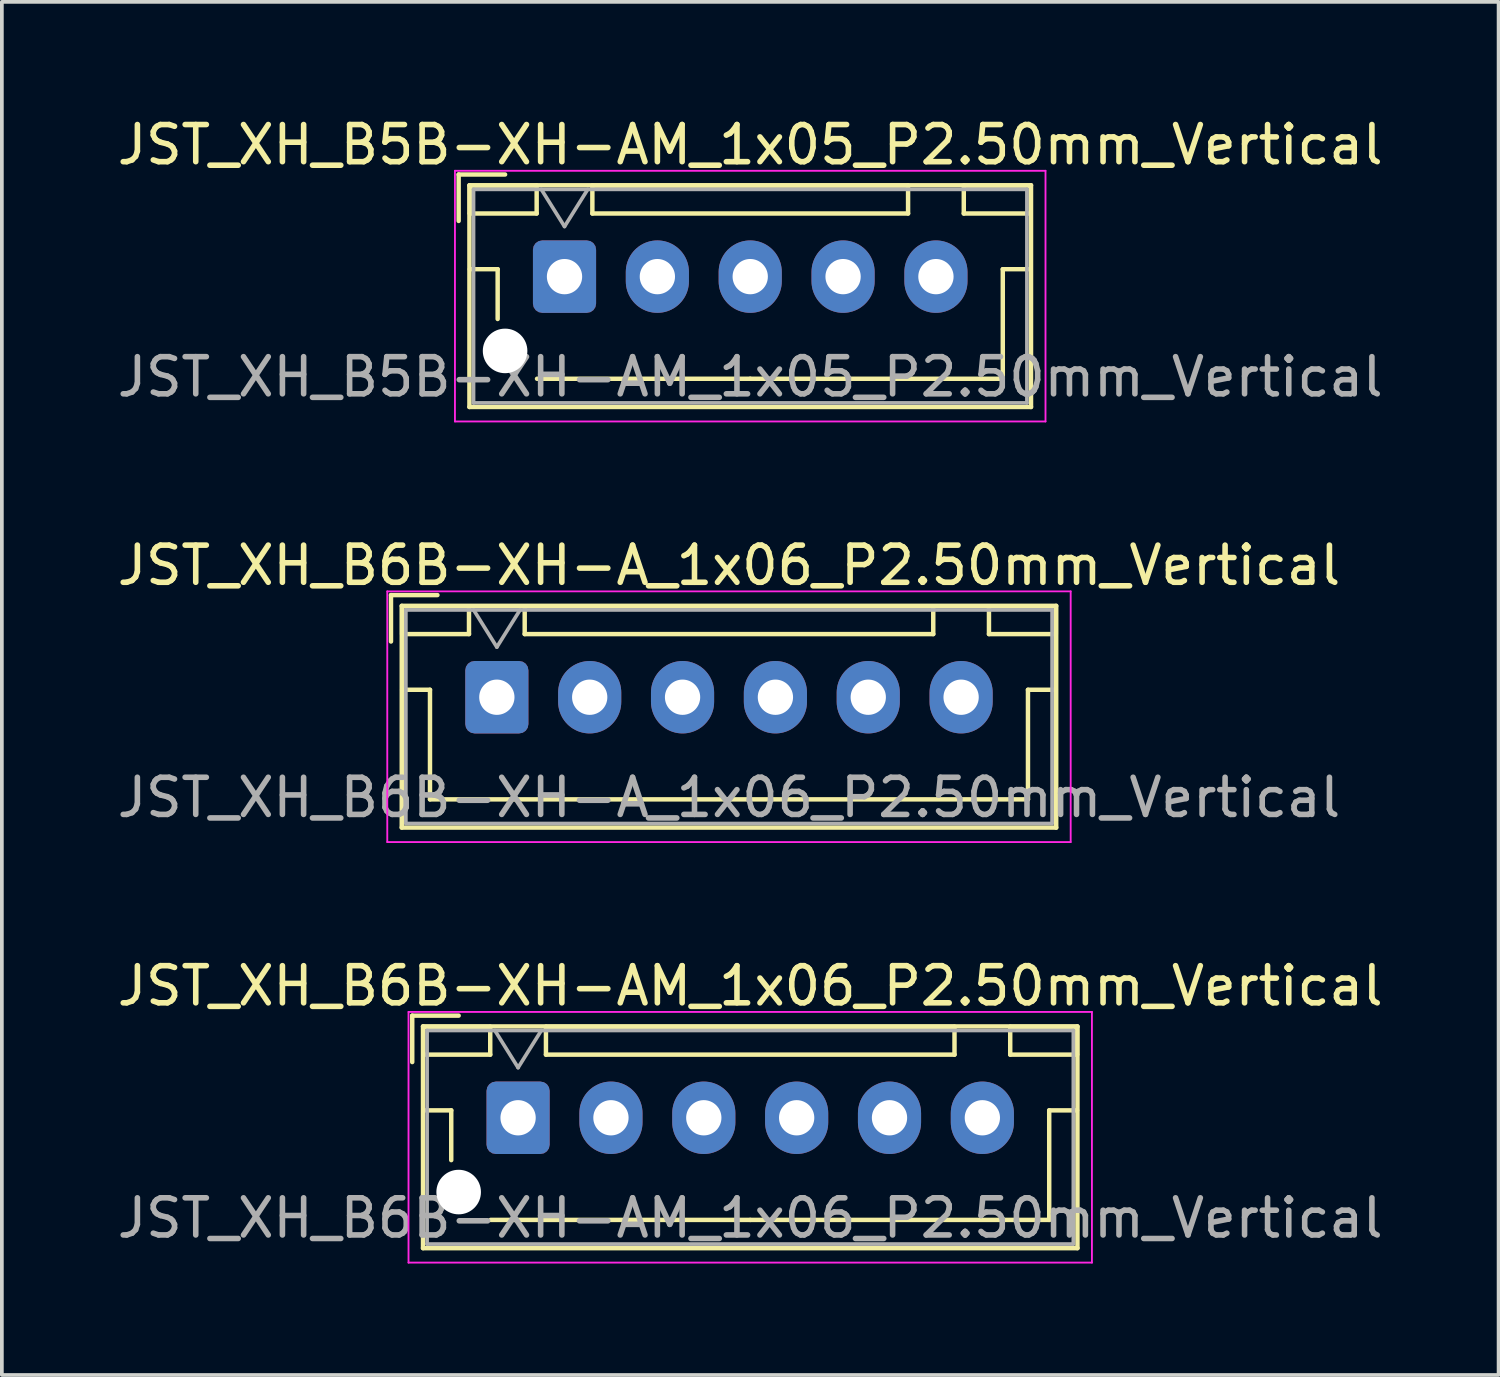
<source format=kicad_pcb>
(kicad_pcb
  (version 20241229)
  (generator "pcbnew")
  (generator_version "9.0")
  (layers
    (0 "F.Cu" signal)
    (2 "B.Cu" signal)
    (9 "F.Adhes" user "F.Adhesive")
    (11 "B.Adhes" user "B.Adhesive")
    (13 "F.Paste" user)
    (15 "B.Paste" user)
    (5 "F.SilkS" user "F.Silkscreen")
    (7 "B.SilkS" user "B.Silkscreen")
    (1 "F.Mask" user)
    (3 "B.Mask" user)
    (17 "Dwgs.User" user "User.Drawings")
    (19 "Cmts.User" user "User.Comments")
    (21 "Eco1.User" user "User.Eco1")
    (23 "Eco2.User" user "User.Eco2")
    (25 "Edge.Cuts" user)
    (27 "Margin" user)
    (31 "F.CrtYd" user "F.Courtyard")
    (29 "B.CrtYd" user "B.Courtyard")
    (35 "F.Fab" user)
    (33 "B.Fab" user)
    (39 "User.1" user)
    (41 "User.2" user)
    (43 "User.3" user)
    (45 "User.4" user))
  (footprint "JST_XH_B5B-XH-AM_1x05_P2.50mm_Vertical"
    (layer "F.Cu")
    (at 12.149 4.398)
    (property "Reference" "JST_XH_B5B-XH-AM_1x05_P2.50mm_Vertical" (at 5 -3.55 0) (layer "F.SilkS") (effects (font (size 1 1) (thickness 0.15))))
    (attr through_hole)
    (fp_line (start -2.85 -2.75) (end -2.85 -1.5) (stroke (width 0.12) (type solid)) (layer "F.SilkS"))
    (fp_line (start -2.56 -2.46) (end -2.56 3.51) (stroke (width 0.12) (type solid)) (layer "F.SilkS"))
    (fp_line (start -2.56 3.51) (end 12.56 3.51) (stroke (width 0.12) (type solid)) (layer "F.SilkS"))
    (fp_line (start -2.55 -2.45) (end -2.55 -1.7) (stroke (width 0.12) (type solid)) (layer "F.SilkS"))
    (fp_line (start -2.55 -1.7) (end -0.75 -1.7) (stroke (width 0.12) (type solid)) (layer "F.SilkS"))
    (fp_line (start -2.55 -0.2) (end -1.8 -0.2) (stroke (width 0.12) (type solid)) (layer "F.SilkS"))
    (fp_line (start -1.8 -0.2) (end -1.8 1.14) (stroke (width 0.12) (type solid)) (layer "F.SilkS"))
    (fp_line (start -1.6 -2.75) (end -2.85 -2.75) (stroke (width 0.12) (type solid)) (layer "F.SilkS"))
    (fp_line (start -0.75 -2.45) (end -2.55 -2.45) (stroke (width 0.12) (type solid)) (layer "F.SilkS"))
    (fp_line (start -0.75 -1.7) (end -0.75 -2.45) (stroke (width 0.12) (type solid)) (layer "F.SilkS"))
    (fp_line (start 0.75 -2.45) (end 0.75 -1.7) (stroke (width 0.12) (type solid)) (layer "F.SilkS"))
    (fp_line (start 0.75 -1.7) (end 9.25 -1.7) (stroke (width 0.12) (type solid)) (layer "F.SilkS"))
    (fp_line (start 5 2.75) (end -0.74 2.75) (stroke (width 0.12) (type solid)) (layer "F.SilkS"))
    (fp_line (start 9.25 -2.45) (end 0.75 -2.45) (stroke (width 0.12) (type solid)) (layer "F.SilkS"))
    (fp_line (start 9.25 -1.7) (end 9.25 -2.45) (stroke (width 0.12) (type solid)) (layer "F.SilkS"))
    (fp_line (start 10.75 -2.45) (end 10.75 -1.7) (stroke (width 0.12) (type solid)) (layer "F.SilkS"))
    (fp_line (start 10.75 -1.7) (end 12.55 -1.7) (stroke (width 0.12) (type solid)) (layer "F.SilkS"))
    (fp_line (start 11.8 -0.2) (end 11.8 2.75) (stroke (width 0.12) (type solid)) (layer "F.SilkS"))
    (fp_line (start 11.8 2.75) (end 5 2.75) (stroke (width 0.12) (type solid)) (layer "F.SilkS"))
    (fp_line (start 12.55 -2.45) (end 10.75 -2.45) (stroke (width 0.12) (type solid)) (layer "F.SilkS"))
    (fp_line (start 12.55 -1.7) (end 12.55 -2.45) (stroke (width 0.12) (type solid)) (layer "F.SilkS"))
    (fp_line (start 12.55 -0.2) (end 11.8 -0.2) (stroke (width 0.12) (type solid)) (layer "F.SilkS"))
    (fp_line (start 12.56 -2.46) (end -2.56 -2.46) (stroke (width 0.12) (type solid)) (layer "F.SilkS"))
    (fp_line (start 12.56 3.51) (end 12.56 -2.46) (stroke (width 0.12) (type solid)) (layer "F.SilkS"))
    (fp_line (start -2.95 -2.85) (end -2.95 3.9) (stroke (width 0.05) (type solid)) (layer "F.CrtYd"))
    (fp_line (start -2.95 3.9) (end 12.95 3.9) (stroke (width 0.05) (type solid)) (layer "F.CrtYd"))
    (fp_line (start 12.95 -2.85) (end -2.95 -2.85) (stroke (width 0.05) (type solid)) (layer "F.CrtYd"))
    (fp_line (start 12.95 3.9) (end 12.95 -2.85) (stroke (width 0.05) (type solid)) (layer "F.CrtYd"))
    (fp_line (start -2.45 -2.35) (end -2.45 3.4) (stroke (width 0.1) (type solid)) (layer "F.Fab"))
    (fp_line (start -2.45 3.4) (end 12.45 3.4) (stroke (width 0.1) (type solid)) (layer "F.Fab"))
    (fp_line (start -0.625 -2.35) (end 0 -1.35) (stroke (width 0.1) (type solid)) (layer "F.Fab"))
    (fp_line (start 0 -1.35) (end 0.625 -2.35) (stroke (width 0.1) (type solid)) (layer "F.Fab"))
    (fp_line (start 12.45 -2.35) (end -2.45 -2.35) (stroke (width 0.1) (type solid)) (layer "F.Fab"))
    (fp_line (start 12.45 3.4) (end 12.45 -2.35) (stroke (width 0.1) (type solid)) (layer "F.Fab"))
    (fp_text user "${REFERENCE}" (at 5 2.7 0) (layer "F.Fab") (effects (font (size 1 1) (thickness 0.15))))
    (pad "" np_thru_hole circle (at -1.6 2) (size 1.2 1.2) (drill 1.2) (layers "*.Cu" "*.Mask"))
    (pad "1" thru_hole roundrect (at 0 0) (size 1.7 1.95) (drill 0.95) (layers "*.Cu" "*.Mask") (roundrect_rratio 0.147))
    (pad "2" thru_hole oval (at 2.5 0) (size 1.7 1.95) (drill 0.95) (layers "*.Cu" "*.Mask"))
    (pad "3" thru_hole oval (at 5 0) (size 1.7 1.95) (drill 0.95) (layers "*.Cu" "*.Mask"))
    (pad "4" thru_hole oval (at 7.5 0) (size 1.7 1.95) (drill 0.95) (layers "*.Cu" "*.Mask"))
    (pad "5" thru_hole oval (at 10 0) (size 1.7 1.95) (drill 0.95) (layers "*.Cu" "*.Mask")))
  (footprint "JST_XH_B6B-XH-A_1x06_P2.50mm_Vertical"
    (layer "F.Cu")
    (at 10.327 15.722)
    (property "Reference" "JST_XH_B6B-XH-A_1x06_P2.50mm_Vertical" (at 6.25 -3.55 0) (layer "F.SilkS") (effects (font (size 1 1) (thickness 0.15))))
    (attr through_hole)
    (fp_line (start -2.85 -2.75) (end -2.85 -1.5) (stroke (width 0.12) (type solid)) (layer "F.SilkS"))
    (fp_line (start -2.56 -2.46) (end -2.56 3.51) (stroke (width 0.12) (type solid)) (layer "F.SilkS"))
    (fp_line (start -2.56 3.51) (end 15.06 3.51) (stroke (width 0.12) (type solid)) (layer "F.SilkS"))
    (fp_line (start -2.55 -2.45) (end -2.55 -1.7) (stroke (width 0.12) (type solid)) (layer "F.SilkS"))
    (fp_line (start -2.55 -1.7) (end -0.75 -1.7) (stroke (width 0.12) (type solid)) (layer "F.SilkS"))
    (fp_line (start -2.55 -0.2) (end -1.8 -0.2) (stroke (width 0.12) (type solid)) (layer "F.SilkS"))
    (fp_line (start -1.8 -0.2) (end -1.8 2.75) (stroke (width 0.12) (type solid)) (layer "F.SilkS"))
    (fp_line (start -1.8 2.75) (end 6.25 2.75) (stroke (width 0.12) (type solid)) (layer "F.SilkS"))
    (fp_line (start -1.6 -2.75) (end -2.85 -2.75) (stroke (width 0.12) (type solid)) (layer "F.SilkS"))
    (fp_line (start -0.75 -2.45) (end -2.55 -2.45) (stroke (width 0.12) (type solid)) (layer "F.SilkS"))
    (fp_line (start -0.75 -1.7) (end -0.75 -2.45) (stroke (width 0.12) (type solid)) (layer "F.SilkS"))
    (fp_line (start 0.75 -2.45) (end 0.75 -1.7) (stroke (width 0.12) (type solid)) (layer "F.SilkS"))
    (fp_line (start 0.75 -1.7) (end 11.75 -1.7) (stroke (width 0.12) (type solid)) (layer "F.SilkS"))
    (fp_line (start 11.75 -2.45) (end 0.75 -2.45) (stroke (width 0.12) (type solid)) (layer "F.SilkS"))
    (fp_line (start 11.75 -1.7) (end 11.75 -2.45) (stroke (width 0.12) (type solid)) (layer "F.SilkS"))
    (fp_line (start 13.25 -2.45) (end 13.25 -1.7) (stroke (width 0.12) (type solid)) (layer "F.SilkS"))
    (fp_line (start 13.25 -1.7) (end 15.05 -1.7) (stroke (width 0.12) (type solid)) (layer "F.SilkS"))
    (fp_line (start 14.3 -0.2) (end 14.3 2.75) (stroke (width 0.12) (type solid)) (layer "F.SilkS"))
    (fp_line (start 14.3 2.75) (end 6.25 2.75) (stroke (width 0.12) (type solid)) (layer "F.SilkS"))
    (fp_line (start 15.05 -2.45) (end 13.25 -2.45) (stroke (width 0.12) (type solid)) (layer "F.SilkS"))
    (fp_line (start 15.05 -1.7) (end 15.05 -2.45) (stroke (width 0.12) (type solid)) (layer "F.SilkS"))
    (fp_line (start 15.05 -0.2) (end 14.3 -0.2) (stroke (width 0.12) (type solid)) (layer "F.SilkS"))
    (fp_line (start 15.06 -2.46) (end -2.56 -2.46) (stroke (width 0.12) (type solid)) (layer "F.SilkS"))
    (fp_line (start 15.06 3.51) (end 15.06 -2.46) (stroke (width 0.12) (type solid)) (layer "F.SilkS"))
    (fp_line (start -2.95 -2.85) (end -2.95 3.9) (stroke (width 0.05) (type solid)) (layer "F.CrtYd"))
    (fp_line (start -2.95 3.9) (end 15.45 3.9) (stroke (width 0.05) (type solid)) (layer "F.CrtYd"))
    (fp_line (start 15.45 -2.85) (end -2.95 -2.85) (stroke (width 0.05) (type solid)) (layer "F.CrtYd"))
    (fp_line (start 15.45 3.9) (end 15.45 -2.85) (stroke (width 0.05) (type solid)) (layer "F.CrtYd"))
    (fp_line (start -2.45 -2.35) (end -2.45 3.4) (stroke (width 0.1) (type solid)) (layer "F.Fab"))
    (fp_line (start -2.45 3.4) (end 14.95 3.4) (stroke (width 0.1) (type solid)) (layer "F.Fab"))
    (fp_line (start -0.625 -2.35) (end 0 -1.35) (stroke (width 0.1) (type solid)) (layer "F.Fab"))
    (fp_line (start 0 -1.35) (end 0.625 -2.35) (stroke (width 0.1) (type solid)) (layer "F.Fab"))
    (fp_line (start 14.95 -2.35) (end -2.45 -2.35) (stroke (width 0.1) (type solid)) (layer "F.Fab"))
    (fp_line (start 14.95 3.4) (end 14.95 -2.35) (stroke (width 0.1) (type solid)) (layer "F.Fab"))
    (fp_text user "${REFERENCE}" (at 6.25 2.7 0) (layer "F.Fab") (effects (font (size 1 1) (thickness 0.15))))
    (pad "1" thru_hole roundrect (at 0 0) (size 1.7 1.95) (drill 0.95) (layers "*.Cu" "*.Mask") (roundrect_rratio 0.147))
    (pad "2" thru_hole oval (at 2.5 0) (size 1.7 1.95) (drill 0.95) (layers "*.Cu" "*.Mask"))
    (pad "3" thru_hole oval (at 5 0) (size 1.7 1.95) (drill 0.95) (layers "*.Cu" "*.Mask"))
    (pad "4" thru_hole oval (at 7.5 0) (size 1.7 1.95) (drill 0.95) (layers "*.Cu" "*.Mask"))
    (pad "5" thru_hole oval (at 10 0) (size 1.7 1.95) (drill 0.95) (layers "*.Cu" "*.Mask"))
    (pad "6" thru_hole oval (at 12.5 0) (size 1.7 1.95) (drill 0.95) (layers "*.Cu" "*.Mask")))
  (footprint "JST_XH_B6B-XH-AM_1x06_P2.50mm_Vertical"
    (layer "F.Cu")
    (at 10.899 27.045)
    (property "Reference" "JST_XH_B6B-XH-AM_1x06_P2.50mm_Vertical" (at 6.25 -3.55 0) (layer "F.SilkS") (effects (font (size 1 1) (thickness 0.15))))
    (attr through_hole)
    (fp_line (start -2.85 -2.75) (end -2.85 -1.5) (stroke (width 0.12) (type solid)) (layer "F.SilkS"))
    (fp_line (start -2.56 -2.46) (end -2.56 3.51) (stroke (width 0.12) (type solid)) (layer "F.SilkS"))
    (fp_line (start -2.56 3.51) (end 15.06 3.51) (stroke (width 0.12) (type solid)) (layer "F.SilkS"))
    (fp_line (start -2.55 -2.45) (end -2.55 -1.7) (stroke (width 0.12) (type solid)) (layer "F.SilkS"))
    (fp_line (start -2.55 -1.7) (end -0.75 -1.7) (stroke (width 0.12) (type solid)) (layer "F.SilkS"))
    (fp_line (start -2.55 -0.2) (end -1.8 -0.2) (stroke (width 0.12) (type solid)) (layer "F.SilkS"))
    (fp_line (start -1.8 -0.2) (end -1.8 1.14) (stroke (width 0.12) (type solid)) (layer "F.SilkS"))
    (fp_line (start -1.6 -2.75) (end -2.85 -2.75) (stroke (width 0.12) (type solid)) (layer "F.SilkS"))
    (fp_line (start -0.75 -2.45) (end -2.55 -2.45) (stroke (width 0.12) (type solid)) (layer "F.SilkS"))
    (fp_line (start -0.75 -1.7) (end -0.75 -2.45) (stroke (width 0.12) (type solid)) (layer "F.SilkS"))
    (fp_line (start 0.75 -2.45) (end 0.75 -1.7) (stroke (width 0.12) (type solid)) (layer "F.SilkS"))
    (fp_line (start 0.75 -1.7) (end 11.75 -1.7) (stroke (width 0.12) (type solid)) (layer "F.SilkS"))
    (fp_line (start 6.25 2.75) (end -0.74 2.75) (stroke (width 0.12) (type solid)) (layer "F.SilkS"))
    (fp_line (start 11.75 -2.45) (end 0.75 -2.45) (stroke (width 0.12) (type solid)) (layer "F.SilkS"))
    (fp_line (start 11.75 -1.7) (end 11.75 -2.45) (stroke (width 0.12) (type solid)) (layer "F.SilkS"))
    (fp_line (start 13.25 -2.45) (end 13.25 -1.7) (stroke (width 0.12) (type solid)) (layer "F.SilkS"))
    (fp_line (start 13.25 -1.7) (end 15.05 -1.7) (stroke (width 0.12) (type solid)) (layer "F.SilkS"))
    (fp_line (start 14.3 -0.2) (end 14.3 2.75) (stroke (width 0.12) (type solid)) (layer "F.SilkS"))
    (fp_line (start 14.3 2.75) (end 6.25 2.75) (stroke (width 0.12) (type solid)) (layer "F.SilkS"))
    (fp_line (start 15.05 -2.45) (end 13.25 -2.45) (stroke (width 0.12) (type solid)) (layer "F.SilkS"))
    (fp_line (start 15.05 -1.7) (end 15.05 -2.45) (stroke (width 0.12) (type solid)) (layer "F.SilkS"))
    (fp_line (start 15.05 -0.2) (end 14.3 -0.2) (stroke (width 0.12) (type solid)) (layer "F.SilkS"))
    (fp_line (start 15.06 -2.46) (end -2.56 -2.46) (stroke (width 0.12) (type solid)) (layer "F.SilkS"))
    (fp_line (start 15.06 3.51) (end 15.06 -2.46) (stroke (width 0.12) (type solid)) (layer "F.SilkS"))
    (fp_line (start -2.95 -2.85) (end -2.95 3.9) (stroke (width 0.05) (type solid)) (layer "F.CrtYd"))
    (fp_line (start -2.95 3.9) (end 15.45 3.9) (stroke (width 0.05) (type solid)) (layer "F.CrtYd"))
    (fp_line (start 15.45 -2.85) (end -2.95 -2.85) (stroke (width 0.05) (type solid)) (layer "F.CrtYd"))
    (fp_line (start 15.45 3.9) (end 15.45 -2.85) (stroke (width 0.05) (type solid)) (layer "F.CrtYd"))
    (fp_line (start -2.45 -2.35) (end -2.45 3.4) (stroke (width 0.1) (type solid)) (layer "F.Fab"))
    (fp_line (start -2.45 3.4) (end 14.95 3.4) (stroke (width 0.1) (type solid)) (layer "F.Fab"))
    (fp_line (start -0.625 -2.35) (end 0 -1.35) (stroke (width 0.1) (type solid)) (layer "F.Fab"))
    (fp_line (start 0 -1.35) (end 0.625 -2.35) (stroke (width 0.1) (type solid)) (layer "F.Fab"))
    (fp_line (start 14.95 -2.35) (end -2.45 -2.35) (stroke (width 0.1) (type solid)) (layer "F.Fab"))
    (fp_line (start 14.95 3.4) (end 14.95 -2.35) (stroke (width 0.1) (type solid)) (layer "F.Fab"))
    (fp_text user "${REFERENCE}" (at 6.25 2.7 0) (layer "F.Fab") (effects (font (size 1 1) (thickness 0.15))))
    (pad "" np_thru_hole circle (at -1.6 2) (size 1.2 1.2) (drill 1.2) (layers "*.Cu" "*.Mask"))
    (pad "1" thru_hole roundrect (at 0 0) (size 1.7 1.95) (drill 0.95) (layers "*.Cu" "*.Mask") (roundrect_rratio 0.147))
    (pad "2" thru_hole oval (at 2.5 0) (size 1.7 1.95) (drill 0.95) (layers "*.Cu" "*.Mask"))
    (pad "3" thru_hole oval (at 5 0) (size 1.7 1.95) (drill 0.95) (layers "*.Cu" "*.Mask"))
    (pad "4" thru_hole oval (at 7.5 0) (size 1.7 1.95) (drill 0.95) (layers "*.Cu" "*.Mask"))
    (pad "5" thru_hole oval (at 10 0) (size 1.7 1.95) (drill 0.95) (layers "*.Cu" "*.Mask"))
    (pad "6" thru_hole oval (at 12.5 0) (size 1.7 1.95) (drill 0.95) (layers "*.Cu" "*.Mask")))
  (gr_rect
    (start -3 -3)
    (end 37.298 33.97)
    (stroke (width 0.1) (type default))
    (fill no)
    (layer "Edge.Cuts")))
</source>
